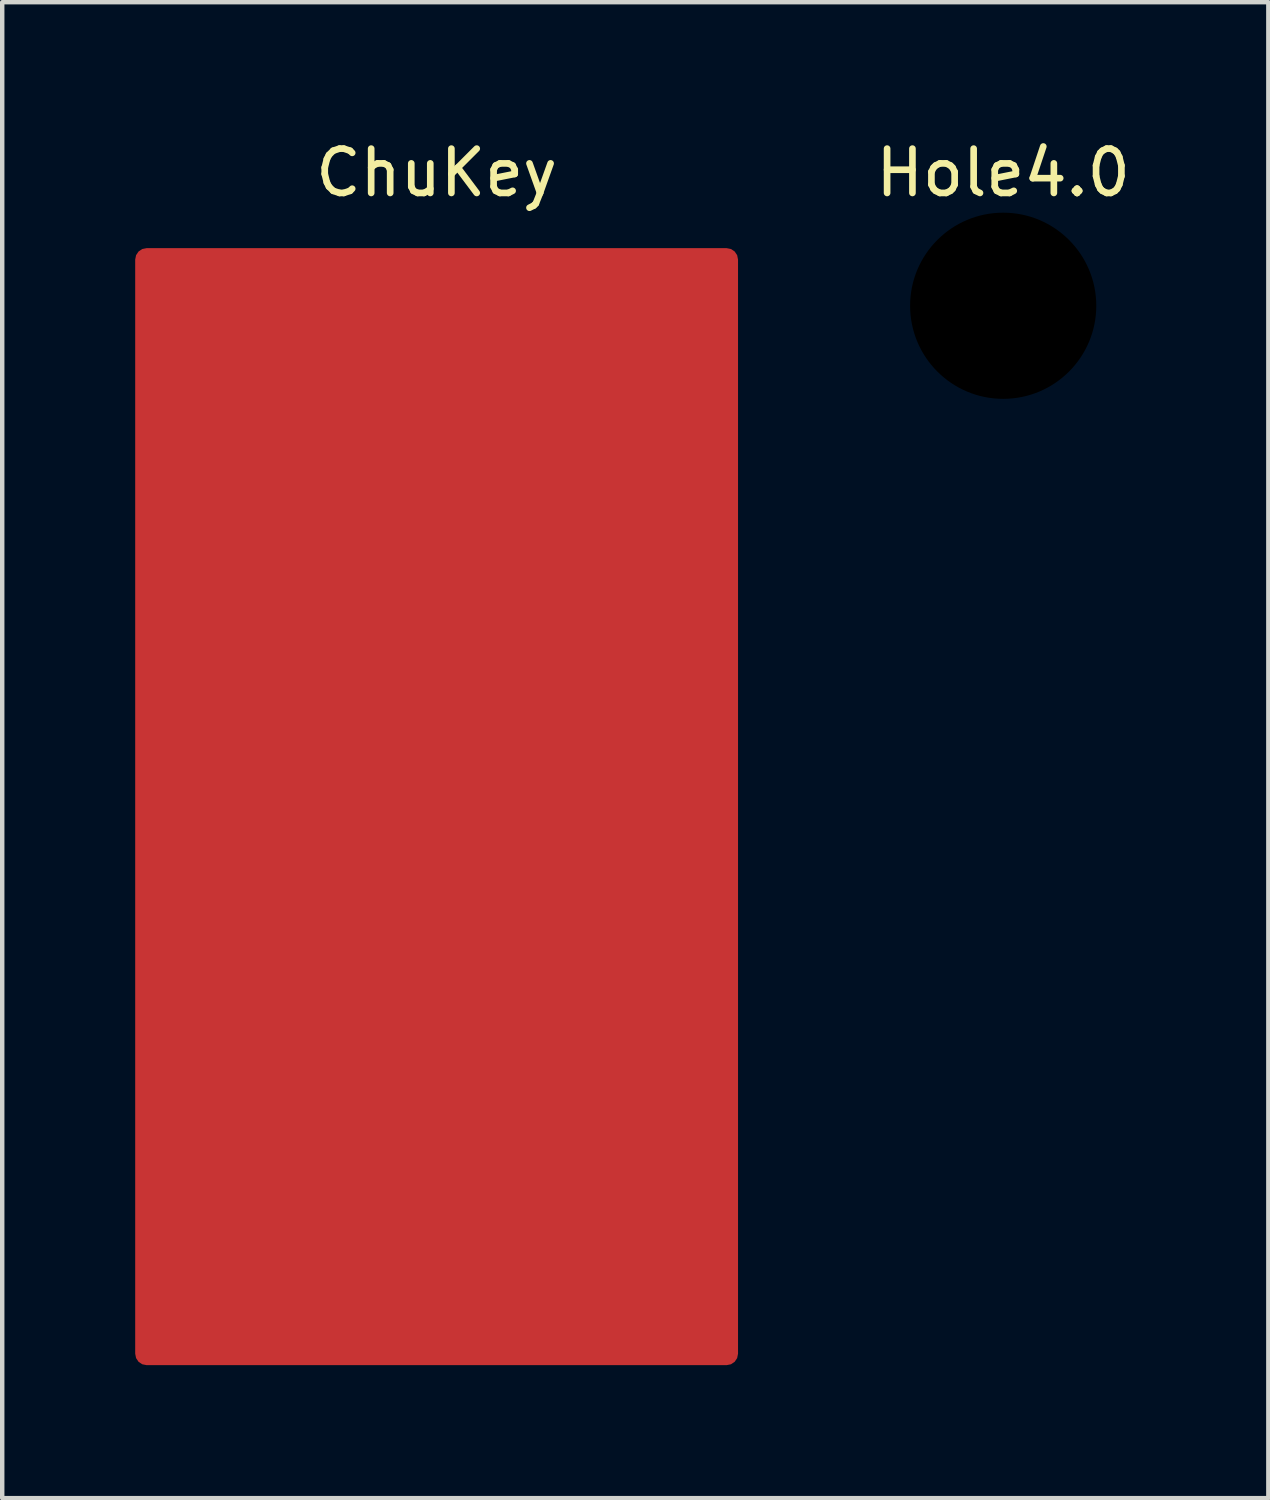
<source format=kicad_pcb>
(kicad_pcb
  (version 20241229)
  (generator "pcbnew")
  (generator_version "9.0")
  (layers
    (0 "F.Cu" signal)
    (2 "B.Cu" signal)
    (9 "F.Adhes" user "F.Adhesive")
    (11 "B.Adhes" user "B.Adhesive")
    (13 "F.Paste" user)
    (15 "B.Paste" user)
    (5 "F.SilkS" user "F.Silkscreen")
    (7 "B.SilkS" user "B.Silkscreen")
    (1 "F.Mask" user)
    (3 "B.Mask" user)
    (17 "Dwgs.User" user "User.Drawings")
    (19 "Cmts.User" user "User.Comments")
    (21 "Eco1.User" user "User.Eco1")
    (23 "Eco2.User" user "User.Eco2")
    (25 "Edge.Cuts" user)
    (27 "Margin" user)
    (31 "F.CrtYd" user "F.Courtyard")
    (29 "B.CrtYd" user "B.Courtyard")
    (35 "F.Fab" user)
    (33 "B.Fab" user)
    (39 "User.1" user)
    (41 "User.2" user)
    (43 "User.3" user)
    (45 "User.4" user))
  (footprint "Hole4.0"
    (layer "F.Cu")
    (at 19.582 3.848)
    (property "Reference" "Hole4.0" (at 0 -3 0) (unlocked yes) (layer "F.SilkS") (effects (font (size 1 1) (thickness 0.15))))
    (attr through_hole)
    (pad "" np_thru_hole circle (at 0 0) (size 4.2 4.2) (drill 4.2) (layers "*.Mask")))
  (footprint "ChuKey"
    (layer "F.Cu")
    (at 6.8 15.148)
    (property "Reference" "ChuKey" (at 0 -14.3 0) (unlocked yes) (layer "F.SilkS") (effects (font (size 1 1) (thickness 0.15))))
    (attr smd)
    (pad "1" smd roundrect (at 0 0) (size 13.6 25.2) (layers "F.Cu") (roundrect_rratio 0.019)))
  (gr_rect
    (start -3 -3)
    (end 25.564 30.748)
    (stroke (width 0.1) (type default))
    (fill no)
    (layer "Edge.Cuts")))
</source>
